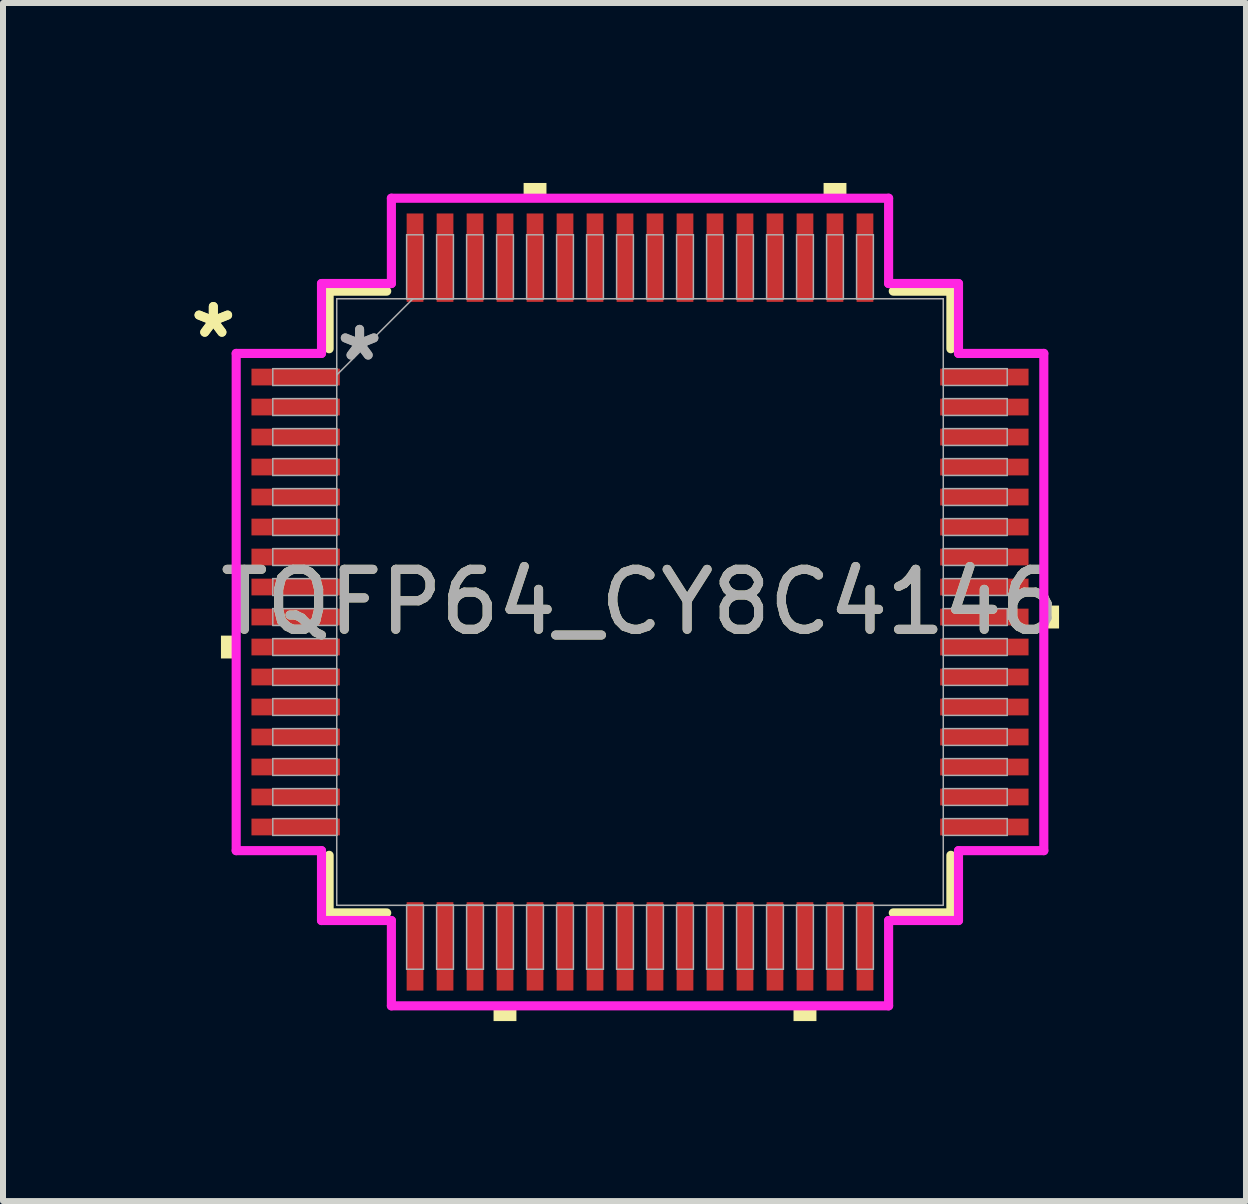
<source format=kicad_pcb>
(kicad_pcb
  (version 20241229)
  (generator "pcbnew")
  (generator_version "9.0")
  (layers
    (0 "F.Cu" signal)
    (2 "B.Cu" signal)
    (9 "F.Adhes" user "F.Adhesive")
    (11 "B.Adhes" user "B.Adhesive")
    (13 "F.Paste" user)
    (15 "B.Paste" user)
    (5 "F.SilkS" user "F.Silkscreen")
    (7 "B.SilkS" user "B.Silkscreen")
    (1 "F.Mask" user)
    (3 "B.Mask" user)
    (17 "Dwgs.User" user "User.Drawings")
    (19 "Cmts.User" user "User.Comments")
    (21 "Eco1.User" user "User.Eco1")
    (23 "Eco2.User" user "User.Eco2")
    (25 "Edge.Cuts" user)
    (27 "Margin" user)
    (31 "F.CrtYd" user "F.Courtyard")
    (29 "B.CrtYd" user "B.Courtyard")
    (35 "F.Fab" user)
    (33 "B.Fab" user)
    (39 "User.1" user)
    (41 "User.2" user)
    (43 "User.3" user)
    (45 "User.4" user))
  (footprint "TQFP64_CY8C4146"
    (layer "F.Cu")
    (at 7.618 6.985)
    (property "Reference" "TQFP64_CY8C4146" (at 0 0 0) (unlocked yes) (layer "F.SilkS") (effects (font (size 1 1) (thickness 0.15))))
    (attr smd)
    (fp_line (start -5.182 -5.182) (end -5.182 -4.222) (stroke (width 0.152) (type solid)) (layer "F.SilkS"))
    (fp_line (start -5.182 4.222) (end -5.182 5.182) (stroke (width 0.152) (type solid)) (layer "F.SilkS"))
    (fp_line (start -5.182 5.182) (end -4.222 5.182) (stroke (width 0.152) (type solid)) (layer "F.SilkS"))
    (fp_line (start -4.222 -5.182) (end -5.182 -5.182) (stroke (width 0.152) (type solid)) (layer "F.SilkS"))
    (fp_line (start 4.222 5.182) (end 5.182 5.182) (stroke (width 0.152) (type solid)) (layer "F.SilkS"))
    (fp_line (start 5.182 -5.182) (end 4.222 -5.182) (stroke (width 0.152) (type solid)) (layer "F.SilkS"))
    (fp_line (start 5.182 -4.222) (end 5.182 -5.182) (stroke (width 0.152) (type solid)) (layer "F.SilkS"))
    (fp_line (start 5.182 5.182) (end 5.182 4.222) (stroke (width 0.152) (type solid)) (layer "F.SilkS"))
    (fp_poly (pts (xy -6.985 0.56) (xy -6.985 0.941) (xy -6.731 0.941) (xy -6.731 0.56)) (stroke (width 0) (type solid)) (fill yes) (layer "F.SilkS"))
    (fp_poly (pts (xy -2.441 6.731) (xy -2.441 6.985) (xy -2.06 6.985) (xy -2.06 6.731)) (stroke (width 0) (type solid)) (fill yes) (layer "F.SilkS"))
    (fp_poly (pts (xy -1.94 -6.731) (xy -1.94 -6.985) (xy -1.559 -6.985) (xy -1.559 -6.731)) (stroke (width 0) (type solid)) (fill yes) (layer "F.SilkS"))
    (fp_poly (pts (xy 2.559 6.731) (xy 2.559 6.985) (xy 2.941 6.985) (xy 2.941 6.731)) (stroke (width 0) (type solid)) (fill yes) (layer "F.SilkS"))
    (fp_poly (pts (xy 3.06 -6.731) (xy 3.06 -6.985) (xy 3.441 -6.985) (xy 3.441 -6.731)) (stroke (width 0) (type solid)) (fill yes) (layer "F.SilkS"))
    (fp_poly (pts (xy 6.985 0.059) (xy 6.985 0.441) (xy 6.731 0.441) (xy 6.731 0.059)) (stroke (width 0) (type solid)) (fill yes) (layer "F.SilkS"))
    (fp_line (start -6.731 -4.144) (end -5.309 -4.144) (stroke (width 0.152) (type solid)) (layer "F.CrtYd"))
    (fp_line (start -6.731 4.144) (end -6.731 -4.144) (stroke (width 0.152) (type solid)) (layer "F.CrtYd"))
    (fp_line (start -5.309 -5.309) (end -4.144 -5.309) (stroke (width 0.152) (type solid)) (layer "F.CrtYd"))
    (fp_line (start -5.309 -4.144) (end -5.309 -5.309) (stroke (width 0.152) (type solid)) (layer "F.CrtYd"))
    (fp_line (start -5.309 4.144) (end -6.731 4.144) (stroke (width 0.152) (type solid)) (layer "F.CrtYd"))
    (fp_line (start -5.309 5.309) (end -5.309 4.144) (stroke (width 0.152) (type solid)) (layer "F.CrtYd"))
    (fp_line (start -5.309 5.309) (end -4.144 5.309) (stroke (width 0.152) (type solid)) (layer "F.CrtYd"))
    (fp_line (start -4.144 -6.731) (end 4.144 -6.731) (stroke (width 0.152) (type solid)) (layer "F.CrtYd"))
    (fp_line (start -4.144 -5.309) (end -4.144 -6.731) (stroke (width 0.152) (type solid)) (layer "F.CrtYd"))
    (fp_line (start -4.144 5.309) (end -4.144 6.731) (stroke (width 0.152) (type solid)) (layer "F.CrtYd"))
    (fp_line (start -4.144 6.731) (end 4.144 6.731) (stroke (width 0.152) (type solid)) (layer "F.CrtYd"))
    (fp_line (start 4.144 -6.731) (end 4.144 -5.309) (stroke (width 0.152) (type solid)) (layer "F.CrtYd"))
    (fp_line (start 4.144 -5.309) (end 5.309 -5.309) (stroke (width 0.152) (type solid)) (layer "F.CrtYd"))
    (fp_line (start 4.144 5.309) (end 5.309 5.309) (stroke (width 0.152) (type solid)) (layer "F.CrtYd"))
    (fp_line (start 4.144 6.731) (end 4.144 5.309) (stroke (width 0.152) (type solid)) (layer "F.CrtYd"))
    (fp_line (start 5.309 -4.144) (end 5.309 -5.309) (stroke (width 0.152) (type solid)) (layer "F.CrtYd"))
    (fp_line (start 5.309 4.144) (end 6.731 4.144) (stroke (width 0.152) (type solid)) (layer "F.CrtYd"))
    (fp_line (start 5.309 5.309) (end 5.309 4.144) (stroke (width 0.152) (type solid)) (layer "F.CrtYd"))
    (fp_line (start 6.731 -4.144) (end 5.309 -4.144) (stroke (width 0.152) (type solid)) (layer "F.CrtYd"))
    (fp_line (start 6.731 4.144) (end 6.731 -4.144) (stroke (width 0.152) (type solid)) (layer "F.CrtYd"))
    (fp_line (start -6.121 -3.89) (end -6.121 -3.61) (stroke (width 0.025) (type solid)) (layer "F.Fab"))
    (fp_line (start -6.121 -3.61) (end -5.055 -3.61) (stroke (width 0.025) (type solid)) (layer "F.Fab"))
    (fp_line (start -6.121 -3.39) (end -6.121 -3.11) (stroke (width 0.025) (type solid)) (layer "F.Fab"))
    (fp_line (start -6.121 -3.11) (end -5.055 -3.11) (stroke (width 0.025) (type solid)) (layer "F.Fab"))
    (fp_line (start -6.121 -2.89) (end -6.121 -2.61) (stroke (width 0.025) (type solid)) (layer "F.Fab"))
    (fp_line (start -6.121 -2.61) (end -5.055 -2.61) (stroke (width 0.025) (type solid)) (layer "F.Fab"))
    (fp_line (start -6.121 -2.39) (end -6.121 -2.11) (stroke (width 0.025) (type solid)) (layer "F.Fab"))
    (fp_line (start -6.121 -2.11) (end -5.055 -2.11) (stroke (width 0.025) (type solid)) (layer "F.Fab"))
    (fp_line (start -6.121 -1.89) (end -6.121 -1.61) (stroke (width 0.025) (type solid)) (layer "F.Fab"))
    (fp_line (start -6.121 -1.61) (end -5.055 -1.61) (stroke (width 0.025) (type solid)) (layer "F.Fab"))
    (fp_line (start -6.121 -1.39) (end -6.121 -1.11) (stroke (width 0.025) (type solid)) (layer "F.Fab"))
    (fp_line (start -6.121 -1.11) (end -5.055 -1.11) (stroke (width 0.025) (type solid)) (layer "F.Fab"))
    (fp_line (start -6.121 -0.89) (end -6.121 -0.61) (stroke (width 0.025) (type solid)) (layer "F.Fab"))
    (fp_line (start -6.121 -0.61) (end -5.055 -0.61) (stroke (width 0.025) (type solid)) (layer "F.Fab"))
    (fp_line (start -6.121 -0.39) (end -6.121 -0.11) (stroke (width 0.025) (type solid)) (layer "F.Fab"))
    (fp_line (start -6.121 -0.11) (end -5.055 -0.11) (stroke (width 0.025) (type solid)) (layer "F.Fab"))
    (fp_line (start -6.121 0.11) (end -6.121 0.39) (stroke (width 0.025) (type solid)) (layer "F.Fab"))
    (fp_line (start -6.121 0.39) (end -5.055 0.39) (stroke (width 0.025) (type solid)) (layer "F.Fab"))
    (fp_line (start -6.121 0.61) (end -6.121 0.89) (stroke (width 0.025) (type solid)) (layer "F.Fab"))
    (fp_line (start -6.121 0.89) (end -5.055 0.89) (stroke (width 0.025) (type solid)) (layer "F.Fab"))
    (fp_line (start -6.121 1.11) (end -6.121 1.39) (stroke (width 0.025) (type solid)) (layer "F.Fab"))
    (fp_line (start -6.121 1.39) (end -5.055 1.39) (stroke (width 0.025) (type solid)) (layer "F.Fab"))
    (fp_line (start -6.121 1.61) (end -6.121 1.89) (stroke (width 0.025) (type solid)) (layer "F.Fab"))
    (fp_line (start -6.121 1.89) (end -5.055 1.89) (stroke (width 0.025) (type solid)) (layer "F.Fab"))
    (fp_line (start -6.121 2.11) (end -6.121 2.39) (stroke (width 0.025) (type solid)) (layer "F.Fab"))
    (fp_line (start -6.121 2.39) (end -5.055 2.39) (stroke (width 0.025) (type solid)) (layer "F.Fab"))
    (fp_line (start -6.121 2.61) (end -6.121 2.89) (stroke (width 0.025) (type solid)) (layer "F.Fab"))
    (fp_line (start -6.121 2.89) (end -5.055 2.89) (stroke (width 0.025) (type solid)) (layer "F.Fab"))
    (fp_line (start -6.121 3.11) (end -6.121 3.39) (stroke (width 0.025) (type solid)) (layer "F.Fab"))
    (fp_line (start -6.121 3.39) (end -5.055 3.39) (stroke (width 0.025) (type solid)) (layer "F.Fab"))
    (fp_line (start -6.121 3.61) (end -6.121 3.89) (stroke (width 0.025) (type solid)) (layer "F.Fab"))
    (fp_line (start -6.121 3.89) (end -5.055 3.89) (stroke (width 0.025) (type solid)) (layer "F.Fab"))
    (fp_line (start -5.055 -5.055) (end -5.055 -5.055) (stroke (width 0.025) (type solid)) (layer "F.Fab"))
    (fp_line (start -5.055 -5.055) (end -5.055 5.055) (stroke (width 0.025) (type solid)) (layer "F.Fab"))
    (fp_line (start -5.055 -3.89) (end -6.121 -3.89) (stroke (width 0.025) (type solid)) (layer "F.Fab"))
    (fp_line (start -5.055 -3.785) (end -3.785 -5.055) (stroke (width 0.025) (type solid)) (layer "F.Fab"))
    (fp_line (start -5.055 -3.61) (end -5.055 -3.89) (stroke (width 0.025) (type solid)) (layer "F.Fab"))
    (fp_line (start -5.055 -3.39) (end -6.121 -3.39) (stroke (width 0.025) (type solid)) (layer "F.Fab"))
    (fp_line (start -5.055 -3.11) (end -5.055 -3.39) (stroke (width 0.025) (type solid)) (layer "F.Fab"))
    (fp_line (start -5.055 -2.89) (end -6.121 -2.89) (stroke (width 0.025) (type solid)) (layer "F.Fab"))
    (fp_line (start -5.055 -2.61) (end -5.055 -2.89) (stroke (width 0.025) (type solid)) (layer "F.Fab"))
    (fp_line (start -5.055 -2.39) (end -6.121 -2.39) (stroke (width 0.025) (type solid)) (layer "F.Fab"))
    (fp_line (start -5.055 -2.11) (end -5.055 -2.39) (stroke (width 0.025) (type solid)) (layer "F.Fab"))
    (fp_line (start -5.055 -1.89) (end -6.121 -1.89) (stroke (width 0.025) (type solid)) (layer "F.Fab"))
    (fp_line (start -5.055 -1.61) (end -5.055 -1.89) (stroke (width 0.025) (type solid)) (layer "F.Fab"))
    (fp_line (start -5.055 -1.39) (end -6.121 -1.39) (stroke (width 0.025) (type solid)) (layer "F.Fab"))
    (fp_line (start -5.055 -1.11) (end -5.055 -1.39) (stroke (width 0.025) (type solid)) (layer "F.Fab"))
    (fp_line (start -5.055 -0.89) (end -6.121 -0.89) (stroke (width 0.025) (type solid)) (layer "F.Fab"))
    (fp_line (start -5.055 -0.61) (end -5.055 -0.89) (stroke (width 0.025) (type solid)) (layer "F.Fab"))
    (fp_line (start -5.055 -0.39) (end -6.121 -0.39) (stroke (width 0.025) (type solid)) (layer "F.Fab"))
    (fp_line (start -5.055 -0.11) (end -5.055 -0.39) (stroke (width 0.025) (type solid)) (layer "F.Fab"))
    (fp_line (start -5.055 0.11) (end -6.121 0.11) (stroke (width 0.025) (type solid)) (layer "F.Fab"))
    (fp_line (start -5.055 0.39) (end -5.055 0.11) (stroke (width 0.025) (type solid)) (layer "F.Fab"))
    (fp_line (start -5.055 0.61) (end -6.121 0.61) (stroke (width 0.025) (type solid)) (layer "F.Fab"))
    (fp_line (start -5.055 0.89) (end -5.055 0.61) (stroke (width 0.025) (type solid)) (layer "F.Fab"))
    (fp_line (start -5.055 1.11) (end -6.121 1.11) (stroke (width 0.025) (type solid)) (layer "F.Fab"))
    (fp_line (start -5.055 1.39) (end -5.055 1.11) (stroke (width 0.025) (type solid)) (layer "F.Fab"))
    (fp_line (start -5.055 1.61) (end -6.121 1.61) (stroke (width 0.025) (type solid)) (layer "F.Fab"))
    (fp_line (start -5.055 1.89) (end -5.055 1.61) (stroke (width 0.025) (type solid)) (layer "F.Fab"))
    (fp_line (start -5.055 2.11) (end -6.121 2.11) (stroke (width 0.025) (type solid)) (layer "F.Fab"))
    (fp_line (start -5.055 2.39) (end -5.055 2.11) (stroke (width 0.025) (type solid)) (layer "F.Fab"))
    (fp_line (start -5.055 2.61) (end -6.121 2.61) (stroke (width 0.025) (type solid)) (layer "F.Fab"))
    (fp_line (start -5.055 2.89) (end -5.055 2.61) (stroke (width 0.025) (type solid)) (layer "F.Fab"))
    (fp_line (start -5.055 3.11) (end -6.121 3.11) (stroke (width 0.025) (type solid)) (layer "F.Fab"))
    (fp_line (start -5.055 3.39) (end -5.055 3.11) (stroke (width 0.025) (type solid)) (layer "F.Fab"))
    (fp_line (start -5.055 3.61) (end -6.121 3.61) (stroke (width 0.025) (type solid)) (layer "F.Fab"))
    (fp_line (start -5.055 3.89) (end -5.055 3.61) (stroke (width 0.025) (type solid)) (layer "F.Fab"))
    (fp_line (start -5.055 5.055) (end -5.055 5.055) (stroke (width 0.025) (type solid)) (layer "F.Fab"))
    (fp_line (start -5.055 5.055) (end 5.055 5.055) (stroke (width 0.025) (type solid)) (layer "F.Fab"))
    (fp_line (start -3.89 -6.121) (end -3.89 -5.055) (stroke (width 0.025) (type solid)) (layer "F.Fab"))
    (fp_line (start -3.89 -5.055) (end -3.61 -5.055) (stroke (width 0.025) (type solid)) (layer "F.Fab"))
    (fp_line (start -3.89 5.055) (end -3.89 6.121) (stroke (width 0.025) (type solid)) (layer "F.Fab"))
    (fp_line (start -3.89 6.121) (end -3.61 6.121) (stroke (width 0.025) (type solid)) (layer "F.Fab"))
    (fp_line (start -3.61 -6.121) (end -3.89 -6.121) (stroke (width 0.025) (type solid)) (layer "F.Fab"))
    (fp_line (start -3.61 -5.055) (end -3.61 -6.121) (stroke (width 0.025) (type solid)) (layer "F.Fab"))
    (fp_line (start -3.61 5.055) (end -3.89 5.055) (stroke (width 0.025) (type solid)) (layer "F.Fab"))
    (fp_line (start -3.61 6.121) (end -3.61 5.055) (stroke (width 0.025) (type solid)) (layer "F.Fab"))
    (fp_line (start -3.39 -6.121) (end -3.39 -5.055) (stroke (width 0.025) (type solid)) (layer "F.Fab"))
    (fp_line (start -3.39 -5.055) (end -3.11 -5.055) (stroke (width 0.025) (type solid)) (layer "F.Fab"))
    (fp_line (start -3.39 5.055) (end -3.39 6.121) (stroke (width 0.025) (type solid)) (layer "F.Fab"))
    (fp_line (start -3.39 6.121) (end -3.11 6.121) (stroke (width 0.025) (type solid)) (layer "F.Fab"))
    (fp_line (start -3.11 -6.121) (end -3.39 -6.121) (stroke (width 0.025) (type solid)) (layer "F.Fab"))
    (fp_line (start -3.11 -5.055) (end -3.11 -6.121) (stroke (width 0.025) (type solid)) (layer "F.Fab"))
    (fp_line (start -3.11 5.055) (end -3.39 5.055) (stroke (width 0.025) (type solid)) (layer "F.Fab"))
    (fp_line (start -3.11 6.121) (end -3.11 5.055) (stroke (width 0.025) (type solid)) (layer "F.Fab"))
    (fp_line (start -2.89 -6.121) (end -2.89 -5.055) (stroke (width 0.025) (type solid)) (layer "F.Fab"))
    (fp_line (start -2.89 -5.055) (end -2.61 -5.055) (stroke (width 0.025) (type solid)) (layer "F.Fab"))
    (fp_line (start -2.89 5.055) (end -2.89 6.121) (stroke (width 0.025) (type solid)) (layer "F.Fab"))
    (fp_line (start -2.89 6.121) (end -2.61 6.121) (stroke (width 0.025) (type solid)) (layer "F.Fab"))
    (fp_line (start -2.61 -6.121) (end -2.89 -6.121) (stroke (width 0.025) (type solid)) (layer "F.Fab"))
    (fp_line (start -2.61 -5.055) (end -2.61 -6.121) (stroke (width 0.025) (type solid)) (layer "F.Fab"))
    (fp_line (start -2.61 5.055) (end -2.89 5.055) (stroke (width 0.025) (type solid)) (layer "F.Fab"))
    (fp_line (start -2.61 6.121) (end -2.61 5.055) (stroke (width 0.025) (type solid)) (layer "F.Fab"))
    (fp_line (start -2.39 -6.121) (end -2.39 -5.055) (stroke (width 0.025) (type solid)) (layer "F.Fab"))
    (fp_line (start -2.39 -5.055) (end -2.11 -5.055) (stroke (width 0.025) (type solid)) (layer "F.Fab"))
    (fp_line (start -2.39 5.055) (end -2.39 6.121) (stroke (width 0.025) (type solid)) (layer "F.Fab"))
    (fp_line (start -2.39 6.121) (end -2.11 6.121) (stroke (width 0.025) (type solid)) (layer "F.Fab"))
    (fp_line (start -2.11 -6.121) (end -2.39 -6.121) (stroke (width 0.025) (type solid)) (layer "F.Fab"))
    (fp_line (start -2.11 -5.055) (end -2.11 -6.121) (stroke (width 0.025) (type solid)) (layer "F.Fab"))
    (fp_line (start -2.11 5.055) (end -2.39 5.055) (stroke (width 0.025) (type solid)) (layer "F.Fab"))
    (fp_line (start -2.11 6.121) (end -2.11 5.055) (stroke (width 0.025) (type solid)) (layer "F.Fab"))
    (fp_line (start -1.89 -6.121) (end -1.89 -5.055) (stroke (width 0.025) (type solid)) (layer "F.Fab"))
    (fp_line (start -1.89 -5.055) (end -1.61 -5.055) (stroke (width 0.025) (type solid)) (layer "F.Fab"))
    (fp_line (start -1.89 5.055) (end -1.89 6.121) (stroke (width 0.025) (type solid)) (layer "F.Fab"))
    (fp_line (start -1.89 6.121) (end -1.61 6.121) (stroke (width 0.025) (type solid)) (layer "F.Fab"))
    (fp_line (start -1.61 -6.121) (end -1.89 -6.121) (stroke (width 0.025) (type solid)) (layer "F.Fab"))
    (fp_line (start -1.61 -5.055) (end -1.61 -6.121) (stroke (width 0.025) (type solid)) (layer "F.Fab"))
    (fp_line (start -1.61 5.055) (end -1.89 5.055) (stroke (width 0.025) (type solid)) (layer "F.Fab"))
    (fp_line (start -1.61 6.121) (end -1.61 5.055) (stroke (width 0.025) (type solid)) (layer "F.Fab"))
    (fp_line (start -1.39 -6.121) (end -1.39 -5.055) (stroke (width 0.025) (type solid)) (layer "F.Fab"))
    (fp_line (start -1.39 -5.055) (end -1.11 -5.055) (stroke (width 0.025) (type solid)) (layer "F.Fab"))
    (fp_line (start -1.39 5.055) (end -1.39 6.121) (stroke (width 0.025) (type solid)) (layer "F.Fab"))
    (fp_line (start -1.39 6.121) (end -1.11 6.121) (stroke (width 0.025) (type solid)) (layer "F.Fab"))
    (fp_line (start -1.11 -6.121) (end -1.39 -6.121) (stroke (width 0.025) (type solid)) (layer "F.Fab"))
    (fp_line (start -1.11 -5.055) (end -1.11 -6.121) (stroke (width 0.025) (type solid)) (layer "F.Fab"))
    (fp_line (start -1.11 5.055) (end -1.39 5.055) (stroke (width 0.025) (type solid)) (layer "F.Fab"))
    (fp_line (start -1.11 6.121) (end -1.11 5.055) (stroke (width 0.025) (type solid)) (layer "F.Fab"))
    (fp_line (start -0.89 -6.121) (end -0.89 -5.055) (stroke (width 0.025) (type solid)) (layer "F.Fab"))
    (fp_line (start -0.89 -5.055) (end -0.61 -5.055) (stroke (width 0.025) (type solid)) (layer "F.Fab"))
    (fp_line (start -0.89 5.055) (end -0.89 6.121) (stroke (width 0.025) (type solid)) (layer "F.Fab"))
    (fp_line (start -0.89 6.121) (end -0.61 6.121) (stroke (width 0.025) (type solid)) (layer "F.Fab"))
    (fp_line (start -0.61 -6.121) (end -0.89 -6.121) (stroke (width 0.025) (type solid)) (layer "F.Fab"))
    (fp_line (start -0.61 -5.055) (end -0.61 -6.121) (stroke (width 0.025) (type solid)) (layer "F.Fab"))
    (fp_line (start -0.61 5.055) (end -0.89 5.055) (stroke (width 0.025) (type solid)) (layer "F.Fab"))
    (fp_line (start -0.61 6.121) (end -0.61 5.055) (stroke (width 0.025) (type solid)) (layer "F.Fab"))
    (fp_line (start -0.39 -6.121) (end -0.39 -5.055) (stroke (width 0.025) (type solid)) (layer "F.Fab"))
    (fp_line (start -0.39 -5.055) (end -0.11 -5.055) (stroke (width 0.025) (type solid)) (layer "F.Fab"))
    (fp_line (start -0.39 5.055) (end -0.39 6.121) (stroke (width 0.025) (type solid)) (layer "F.Fab"))
    (fp_line (start -0.39 6.121) (end -0.11 6.121) (stroke (width 0.025) (type solid)) (layer "F.Fab"))
    (fp_line (start -0.11 -6.121) (end -0.39 -6.121) (stroke (width 0.025) (type solid)) (layer "F.Fab"))
    (fp_line (start -0.11 -5.055) (end -0.11 -6.121) (stroke (width 0.025) (type solid)) (layer "F.Fab"))
    (fp_line (start -0.11 5.055) (end -0.39 5.055) (stroke (width 0.025) (type solid)) (layer "F.Fab"))
    (fp_line (start -0.11 6.121) (end -0.11 5.055) (stroke (width 0.025) (type solid)) (layer "F.Fab"))
    (fp_line (start 0.11 -6.121) (end 0.11 -5.055) (stroke (width 0.025) (type solid)) (layer "F.Fab"))
    (fp_line (start 0.11 -5.055) (end 0.39 -5.055) (stroke (width 0.025) (type solid)) (layer "F.Fab"))
    (fp_line (start 0.11 5.055) (end 0.11 6.121) (stroke (width 0.025) (type solid)) (layer "F.Fab"))
    (fp_line (start 0.11 6.121) (end 0.39 6.121) (stroke (width 0.025) (type solid)) (layer "F.Fab"))
    (fp_line (start 0.39 -6.121) (end 0.11 -6.121) (stroke (width 0.025) (type solid)) (layer "F.Fab"))
    (fp_line (start 0.39 -5.055) (end 0.39 -6.121) (stroke (width 0.025) (type solid)) (layer "F.Fab"))
    (fp_line (start 0.39 5.055) (end 0.11 5.055) (stroke (width 0.025) (type solid)) (layer "F.Fab"))
    (fp_line (start 0.39 6.121) (end 0.39 5.055) (stroke (width 0.025) (type solid)) (layer "F.Fab"))
    (fp_line (start 0.61 -6.121) (end 0.61 -5.055) (stroke (width 0.025) (type solid)) (layer "F.Fab"))
    (fp_line (start 0.61 -5.055) (end 0.89 -5.055) (stroke (width 0.025) (type solid)) (layer "F.Fab"))
    (fp_line (start 0.61 5.055) (end 0.61 6.121) (stroke (width 0.025) (type solid)) (layer "F.Fab"))
    (fp_line (start 0.61 6.121) (end 0.89 6.121) (stroke (width 0.025) (type solid)) (layer "F.Fab"))
    (fp_line (start 0.89 -6.121) (end 0.61 -6.121) (stroke (width 0.025) (type solid)) (layer "F.Fab"))
    (fp_line (start 0.89 -5.055) (end 0.89 -6.121) (stroke (width 0.025) (type solid)) (layer "F.Fab"))
    (fp_line (start 0.89 5.055) (end 0.61 5.055) (stroke (width 0.025) (type solid)) (layer "F.Fab"))
    (fp_line (start 0.89 6.121) (end 0.89 5.055) (stroke (width 0.025) (type solid)) (layer "F.Fab"))
    (fp_line (start 1.11 -6.121) (end 1.11 -5.055) (stroke (width 0.025) (type solid)) (layer "F.Fab"))
    (fp_line (start 1.11 -5.055) (end 1.39 -5.055) (stroke (width 0.025) (type solid)) (layer "F.Fab"))
    (fp_line (start 1.11 5.055) (end 1.11 6.121) (stroke (width 0.025) (type solid)) (layer "F.Fab"))
    (fp_line (start 1.11 6.121) (end 1.39 6.121) (stroke (width 0.025) (type solid)) (layer "F.Fab"))
    (fp_line (start 1.39 -6.121) (end 1.11 -6.121) (stroke (width 0.025) (type solid)) (layer "F.Fab"))
    (fp_line (start 1.39 -5.055) (end 1.39 -6.121) (stroke (width 0.025) (type solid)) (layer "F.Fab"))
    (fp_line (start 1.39 5.055) (end 1.11 5.055) (stroke (width 0.025) (type solid)) (layer "F.Fab"))
    (fp_line (start 1.39 6.121) (end 1.39 5.055) (stroke (width 0.025) (type solid)) (layer "F.Fab"))
    (fp_line (start 1.61 -6.121) (end 1.61 -5.055) (stroke (width 0.025) (type solid)) (layer "F.Fab"))
    (fp_line (start 1.61 -5.055) (end 1.89 -5.055) (stroke (width 0.025) (type solid)) (layer "F.Fab"))
    (fp_line (start 1.61 5.055) (end 1.61 6.121) (stroke (width 0.025) (type solid)) (layer "F.Fab"))
    (fp_line (start 1.61 6.121) (end 1.89 6.121) (stroke (width 0.025) (type solid)) (layer "F.Fab"))
    (fp_line (start 1.89 -6.121) (end 1.61 -6.121) (stroke (width 0.025) (type solid)) (layer "F.Fab"))
    (fp_line (start 1.89 -5.055) (end 1.89 -6.121) (stroke (width 0.025) (type solid)) (layer "F.Fab"))
    (fp_line (start 1.89 5.055) (end 1.61 5.055) (stroke (width 0.025) (type solid)) (layer "F.Fab"))
    (fp_line (start 1.89 6.121) (end 1.89 5.055) (stroke (width 0.025) (type solid)) (layer "F.Fab"))
    (fp_line (start 2.11 -6.121) (end 2.11 -5.055) (stroke (width 0.025) (type solid)) (layer "F.Fab"))
    (fp_line (start 2.11 -5.055) (end 2.39 -5.055) (stroke (width 0.025) (type solid)) (layer "F.Fab"))
    (fp_line (start 2.11 5.055) (end 2.11 6.121) (stroke (width 0.025) (type solid)) (layer "F.Fab"))
    (fp_line (start 2.11 6.121) (end 2.39 6.121) (stroke (width 0.025) (type solid)) (layer "F.Fab"))
    (fp_line (start 2.39 -6.121) (end 2.11 -6.121) (stroke (width 0.025) (type solid)) (layer "F.Fab"))
    (fp_line (start 2.39 -5.055) (end 2.39 -6.121) (stroke (width 0.025) (type solid)) (layer "F.Fab"))
    (fp_line (start 2.39 5.055) (end 2.11 5.055) (stroke (width 0.025) (type solid)) (layer "F.Fab"))
    (fp_line (start 2.39 6.121) (end 2.39 5.055) (stroke (width 0.025) (type solid)) (layer "F.Fab"))
    (fp_line (start 2.61 -6.121) (end 2.61 -5.055) (stroke (width 0.025) (type solid)) (layer "F.Fab"))
    (fp_line (start 2.61 -5.055) (end 2.89 -5.055) (stroke (width 0.025) (type solid)) (layer "F.Fab"))
    (fp_line (start 2.61 5.055) (end 2.61 6.121) (stroke (width 0.025) (type solid)) (layer "F.Fab"))
    (fp_line (start 2.61 6.121) (end 2.89 6.121) (stroke (width 0.025) (type solid)) (layer "F.Fab"))
    (fp_line (start 2.89 -6.121) (end 2.61 -6.121) (stroke (width 0.025) (type solid)) (layer "F.Fab"))
    (fp_line (start 2.89 -5.055) (end 2.89 -6.121) (stroke (width 0.025) (type solid)) (layer "F.Fab"))
    (fp_line (start 2.89 5.055) (end 2.61 5.055) (stroke (width 0.025) (type solid)) (layer "F.Fab"))
    (fp_line (start 2.89 6.121) (end 2.89 5.055) (stroke (width 0.025) (type solid)) (layer "F.Fab"))
    (fp_line (start 3.11 -6.121) (end 3.11 -5.055) (stroke (width 0.025) (type solid)) (layer "F.Fab"))
    (fp_line (start 3.11 -5.055) (end 3.39 -5.055) (stroke (width 0.025) (type solid)) (layer "F.Fab"))
    (fp_line (start 3.11 5.055) (end 3.11 6.121) (stroke (width 0.025) (type solid)) (layer "F.Fab"))
    (fp_line (start 3.11 6.121) (end 3.39 6.121) (stroke (width 0.025) (type solid)) (layer "F.Fab"))
    (fp_line (start 3.39 -6.121) (end 3.11 -6.121) (stroke (width 0.025) (type solid)) (layer "F.Fab"))
    (fp_line (start 3.39 -5.055) (end 3.39 -6.121) (stroke (width 0.025) (type solid)) (layer "F.Fab"))
    (fp_line (start 3.39 5.055) (end 3.11 5.055) (stroke (width 0.025) (type solid)) (layer "F.Fab"))
    (fp_line (start 3.39 6.121) (end 3.39 5.055) (stroke (width 0.025) (type solid)) (layer "F.Fab"))
    (fp_line (start 3.61 -6.121) (end 3.61 -5.055) (stroke (width 0.025) (type solid)) (layer "F.Fab"))
    (fp_line (start 3.61 -5.055) (end 3.89 -5.055) (stroke (width 0.025) (type solid)) (layer "F.Fab"))
    (fp_line (start 3.61 5.055) (end 3.61 6.121) (stroke (width 0.025) (type solid)) (layer "F.Fab"))
    (fp_line (start 3.61 6.121) (end 3.89 6.121) (stroke (width 0.025) (type solid)) (layer "F.Fab"))
    (fp_line (start 3.89 -6.121) (end 3.61 -6.121) (stroke (width 0.025) (type solid)) (layer "F.Fab"))
    (fp_line (start 3.89 -5.055) (end 3.89 -6.121) (stroke (width 0.025) (type solid)) (layer "F.Fab"))
    (fp_line (start 3.89 5.055) (end 3.61 5.055) (stroke (width 0.025) (type solid)) (layer "F.Fab"))
    (fp_line (start 3.89 6.121) (end 3.89 5.055) (stroke (width 0.025) (type solid)) (layer "F.Fab"))
    (fp_line (start 5.055 -5.055) (end -5.055 -5.055) (stroke (width 0.025) (type solid)) (layer "F.Fab"))
    (fp_line (start 5.055 -5.055) (end 5.055 -5.055) (stroke (width 0.025) (type solid)) (layer "F.Fab"))
    (fp_line (start 5.055 -3.89) (end 5.055 -3.61) (stroke (width 0.025) (type solid)) (layer "F.Fab"))
    (fp_line (start 5.055 -3.61) (end 6.121 -3.61) (stroke (width 0.025) (type solid)) (layer "F.Fab"))
    (fp_line (start 5.055 -3.39) (end 5.055 -3.11) (stroke (width 0.025) (type solid)) (layer "F.Fab"))
    (fp_line (start 5.055 -3.11) (end 6.121 -3.11) (stroke (width 0.025) (type solid)) (layer "F.Fab"))
    (fp_line (start 5.055 -2.89) (end 5.055 -2.61) (stroke (width 0.025) (type solid)) (layer "F.Fab"))
    (fp_line (start 5.055 -2.61) (end 6.121 -2.61) (stroke (width 0.025) (type solid)) (layer "F.Fab"))
    (fp_line (start 5.055 -2.39) (end 5.055 -2.11) (stroke (width 0.025) (type solid)) (layer "F.Fab"))
    (fp_line (start 5.055 -2.11) (end 6.121 -2.11) (stroke (width 0.025) (type solid)) (layer "F.Fab"))
    (fp_line (start 5.055 -1.89) (end 5.055 -1.61) (stroke (width 0.025) (type solid)) (layer "F.Fab"))
    (fp_line (start 5.055 -1.61) (end 6.121 -1.61) (stroke (width 0.025) (type solid)) (layer "F.Fab"))
    (fp_line (start 5.055 -1.39) (end 5.055 -1.11) (stroke (width 0.025) (type solid)) (layer "F.Fab"))
    (fp_line (start 5.055 -1.11) (end 6.121 -1.11) (stroke (width 0.025) (type solid)) (layer "F.Fab"))
    (fp_line (start 5.055 -0.89) (end 5.055 -0.61) (stroke (width 0.025) (type solid)) (layer "F.Fab"))
    (fp_line (start 5.055 -0.61) (end 6.121 -0.61) (stroke (width 0.025) (type solid)) (layer "F.Fab"))
    (fp_line (start 5.055 -0.39) (end 5.055 -0.11) (stroke (width 0.025) (type solid)) (layer "F.Fab"))
    (fp_line (start 5.055 -0.11) (end 6.121 -0.11) (stroke (width 0.025) (type solid)) (layer "F.Fab"))
    (fp_line (start 5.055 0.11) (end 5.055 0.39) (stroke (width 0.025) (type solid)) (layer "F.Fab"))
    (fp_line (start 5.055 0.39) (end 6.121 0.39) (stroke (width 0.025) (type solid)) (layer "F.Fab"))
    (fp_line (start 5.055 0.61) (end 5.055 0.89) (stroke (width 0.025) (type solid)) (layer "F.Fab"))
    (fp_line (start 5.055 0.89) (end 6.121 0.89) (stroke (width 0.025) (type solid)) (layer "F.Fab"))
    (fp_line (start 5.055 1.11) (end 5.055 1.39) (stroke (width 0.025) (type solid)) (layer "F.Fab"))
    (fp_line (start 5.055 1.39) (end 6.121 1.39) (stroke (width 0.025) (type solid)) (layer "F.Fab"))
    (fp_line (start 5.055 1.61) (end 5.055 1.89) (stroke (width 0.025) (type solid)) (layer "F.Fab"))
    (fp_line (start 5.055 1.89) (end 6.121 1.89) (stroke (width 0.025) (type solid)) (layer "F.Fab"))
    (fp_line (start 5.055 2.11) (end 5.055 2.39) (stroke (width 0.025) (type solid)) (layer "F.Fab"))
    (fp_line (start 5.055 2.39) (end 6.121 2.39) (stroke (width 0.025) (type solid)) (layer "F.Fab"))
    (fp_line (start 5.055 2.61) (end 5.055 2.89) (stroke (width 0.025) (type solid)) (layer "F.Fab"))
    (fp_line (start 5.055 2.89) (end 6.121 2.89) (stroke (width 0.025) (type solid)) (layer "F.Fab"))
    (fp_line (start 5.055 3.11) (end 5.055 3.39) (stroke (width 0.025) (type solid)) (layer "F.Fab"))
    (fp_line (start 5.055 3.39) (end 6.121 3.39) (stroke (width 0.025) (type solid)) (layer "F.Fab"))
    (fp_line (start 5.055 3.61) (end 5.055 3.89) (stroke (width 0.025) (type solid)) (layer "F.Fab"))
    (fp_line (start 5.055 3.89) (end 6.121 3.89) (stroke (width 0.025) (type solid)) (layer "F.Fab"))
    (fp_line (start 5.055 5.055) (end 5.055 -5.055) (stroke (width 0.025) (type solid)) (layer "F.Fab"))
    (fp_line (start 5.055 5.055) (end 5.055 5.055) (stroke (width 0.025) (type solid)) (layer "F.Fab"))
    (fp_line (start 6.121 -3.89) (end 5.055 -3.89) (stroke (width 0.025) (type solid)) (layer "F.Fab"))
    (fp_line (start 6.121 -3.61) (end 6.121 -3.89) (stroke (width 0.025) (type solid)) (layer "F.Fab"))
    (fp_line (start 6.121 -3.39) (end 5.055 -3.39) (stroke (width 0.025) (type solid)) (layer "F.Fab"))
    (fp_line (start 6.121 -3.11) (end 6.121 -3.39) (stroke (width 0.025) (type solid)) (layer "F.Fab"))
    (fp_line (start 6.121 -2.89) (end 5.055 -2.89) (stroke (width 0.025) (type solid)) (layer "F.Fab"))
    (fp_line (start 6.121 -2.61) (end 6.121 -2.89) (stroke (width 0.025) (type solid)) (layer "F.Fab"))
    (fp_line (start 6.121 -2.39) (end 5.055 -2.39) (stroke (width 0.025) (type solid)) (layer "F.Fab"))
    (fp_line (start 6.121 -2.11) (end 6.121 -2.39) (stroke (width 0.025) (type solid)) (layer "F.Fab"))
    (fp_line (start 6.121 -1.89) (end 5.055 -1.89) (stroke (width 0.025) (type solid)) (layer "F.Fab"))
    (fp_line (start 6.121 -1.61) (end 6.121 -1.89) (stroke (width 0.025) (type solid)) (layer "F.Fab"))
    (fp_line (start 6.121 -1.39) (end 5.055 -1.39) (stroke (width 0.025) (type solid)) (layer "F.Fab"))
    (fp_line (start 6.121 -1.11) (end 6.121 -1.39) (stroke (width 0.025) (type solid)) (layer "F.Fab"))
    (fp_line (start 6.121 -0.89) (end 5.055 -0.89) (stroke (width 0.025) (type solid)) (layer "F.Fab"))
    (fp_line (start 6.121 -0.61) (end 6.121 -0.89) (stroke (width 0.025) (type solid)) (layer "F.Fab"))
    (fp_line (start 6.121 -0.39) (end 5.055 -0.39) (stroke (width 0.025) (type solid)) (layer "F.Fab"))
    (fp_line (start 6.121 -0.11) (end 6.121 -0.39) (stroke (width 0.025) (type solid)) (layer "F.Fab"))
    (fp_line (start 6.121 0.11) (end 5.055 0.11) (stroke (width 0.025) (type solid)) (layer "F.Fab"))
    (fp_line (start 6.121 0.39) (end 6.121 0.11) (stroke (width 0.025) (type solid)) (layer "F.Fab"))
    (fp_line (start 6.121 0.61) (end 5.055 0.61) (stroke (width 0.025) (type solid)) (layer "F.Fab"))
    (fp_line (start 6.121 0.89) (end 6.121 0.61) (stroke (width 0.025) (type solid)) (layer "F.Fab"))
    (fp_line (start 6.121 1.11) (end 5.055 1.11) (stroke (width 0.025) (type solid)) (layer "F.Fab"))
    (fp_line (start 6.121 1.39) (end 6.121 1.11) (stroke (width 0.025) (type solid)) (layer "F.Fab"))
    (fp_line (start 6.121 1.61) (end 5.055 1.61) (stroke (width 0.025) (type solid)) (layer "F.Fab"))
    (fp_line (start 6.121 1.89) (end 6.121 1.61) (stroke (width 0.025) (type solid)) (layer "F.Fab"))
    (fp_line (start 6.121 2.11) (end 5.055 2.11) (stroke (width 0.025) (type solid)) (layer "F.Fab"))
    (fp_line (start 6.121 2.39) (end 6.121 2.11) (stroke (width 0.025) (type solid)) (layer "F.Fab"))
    (fp_line (start 6.121 2.61) (end 5.055 2.61) (stroke (width 0.025) (type solid)) (layer "F.Fab"))
    (fp_line (start 6.121 2.89) (end 6.121 2.61) (stroke (width 0.025) (type solid)) (layer "F.Fab"))
    (fp_line (start 6.121 3.11) (end 5.055 3.11) (stroke (width 0.025) (type solid)) (layer "F.Fab"))
    (fp_line (start 6.121 3.39) (end 6.121 3.11) (stroke (width 0.025) (type solid)) (layer "F.Fab"))
    (fp_line (start 6.121 3.61) (end 5.055 3.61) (stroke (width 0.025) (type solid)) (layer "F.Fab"))
    (fp_line (start 6.121 3.89) (end 6.121 3.61) (stroke (width 0.025) (type solid)) (layer "F.Fab"))
    (fp_text user "*" (at -7.112 -4.381 0) (unlocked yes) (layer "F.SilkS") (effects (font (size 1 1) (thickness 0.15))))
    (fp_text user "*" (at -7.112 -4.381 0) (layer "F.SilkS") (effects (font (size 1 1) (thickness 0.15))))
    (fp_text user "${REFERENCE}" (at 0 0 0) (unlocked yes) (layer "F.Fab") (effects (font (size 1 1) (thickness 0.15))))
    (fp_text user "*" (at -4.674 -4 0) (unlocked yes) (layer "F.Fab") (effects (font (size 1 1) (thickness 0.15))))
    (fp_text user "*" (at -4.674 -4 0) (layer "F.Fab") (effects (font (size 1 1) (thickness 0.15))))
    (pad "1" smd rect (at -5.74 -3.75 90) (size 0.279 1.473) (layers "F.Cu" "F.Mask" "F.Paste"))
    (pad "2" smd rect (at -5.74 -3.25 90) (size 0.279 1.473) (layers "F.Cu" "F.Mask" "F.Paste"))
    (pad "3" smd rect (at -5.74 -2.75 90) (size 0.279 1.473) (layers "F.Cu" "F.Mask" "F.Paste"))
    (pad "4" smd rect (at -5.74 -2.25 90) (size 0.279 1.473) (layers "F.Cu" "F.Mask" "F.Paste"))
    (pad "5" smd rect (at -5.74 -1.75 90) (size 0.279 1.473) (layers "F.Cu" "F.Mask" "F.Paste"))
    (pad "6" smd rect (at -5.74 -1.25 90) (size 0.279 1.473) (layers "F.Cu" "F.Mask" "F.Paste"))
    (pad "7" smd rect (at -5.74 -0.75 90) (size 0.279 1.473) (layers "F.Cu" "F.Mask" "F.Paste"))
    (pad "8" smd rect (at -5.74 -0.25 90) (size 0.279 1.473) (layers "F.Cu" "F.Mask" "F.Paste"))
    (pad "9" smd rect (at -5.74 0.25 90) (size 0.279 1.473) (layers "F.Cu" "F.Mask" "F.Paste"))
    (pad "10" smd rect (at -5.74 0.75 90) (size 0.279 1.473) (layers "F.Cu" "F.Mask" "F.Paste"))
    (pad "11" smd rect (at -5.74 1.25 90) (size 0.279 1.473) (layers "F.Cu" "F.Mask" "F.Paste"))
    (pad "12" smd rect (at -5.74 1.75 90) (size 0.279 1.473) (layers "F.Cu" "F.Mask" "F.Paste"))
    (pad "13" smd rect (at -5.74 2.25 90) (size 0.279 1.473) (layers "F.Cu" "F.Mask" "F.Paste"))
    (pad "14" smd rect (at -5.74 2.75 90) (size 0.279 1.473) (layers "F.Cu" "F.Mask" "F.Paste"))
    (pad "15" smd rect (at -5.74 3.25 90) (size 0.279 1.473) (layers "F.Cu" "F.Mask" "F.Paste"))
    (pad "16" smd rect (at -5.74 3.75 90) (size 0.279 1.473) (layers "F.Cu" "F.Mask" "F.Paste"))
    (pad "17" smd rect (at -3.75 5.74) (size 0.279 1.473) (layers "F.Cu" "F.Mask" "F.Paste"))
    (pad "18" smd rect (at -3.25 5.74) (size 0.279 1.473) (layers "F.Cu" "F.Mask" "F.Paste"))
    (pad "19" smd rect (at -2.75 5.74) (size 0.279 1.473) (layers "F.Cu" "F.Mask" "F.Paste"))
    (pad "20" smd rect (at -2.25 5.74) (size 0.279 1.473) (layers "F.Cu" "F.Mask" "F.Paste"))
    (pad "21" smd rect (at -1.75 5.74) (size 0.279 1.473) (layers "F.Cu" "F.Mask" "F.Paste"))
    (pad "22" smd rect (at -1.25 5.74) (size 0.279 1.473) (layers "F.Cu" "F.Mask" "F.Paste"))
    (pad "23" smd rect (at -0.75 5.74) (size 0.279 1.473) (layers "F.Cu" "F.Mask" "F.Paste"))
    (pad "24" smd rect (at -0.25 5.74) (size 0.279 1.473) (layers "F.Cu" "F.Mask" "F.Paste"))
    (pad "25" smd rect (at 0.25 5.74) (size 0.279 1.473) (layers "F.Cu" "F.Mask" "F.Paste"))
    (pad "26" smd rect (at 0.75 5.74) (size 0.279 1.473) (layers "F.Cu" "F.Mask" "F.Paste"))
    (pad "27" smd rect (at 1.25 5.74) (size 0.279 1.473) (layers "F.Cu" "F.Mask" "F.Paste"))
    (pad "28" smd rect (at 1.75 5.74) (size 0.279 1.473) (layers "F.Cu" "F.Mask" "F.Paste"))
    (pad "29" smd rect (at 2.25 5.74) (size 0.279 1.473) (layers "F.Cu" "F.Mask" "F.Paste"))
    (pad "30" smd rect (at 2.75 5.74) (size 0.279 1.473) (layers "F.Cu" "F.Mask" "F.Paste"))
    (pad "31" smd rect (at 3.25 5.74) (size 0.279 1.473) (layers "F.Cu" "F.Mask" "F.Paste"))
    (pad "32" smd rect (at 3.75 5.74) (size 0.279 1.473) (layers "F.Cu" "F.Mask" "F.Paste"))
    (pad "33" smd rect (at 5.74 3.75 90) (size 0.279 1.473) (layers "F.Cu" "F.Mask" "F.Paste"))
    (pad "34" smd rect (at 5.74 3.25 90) (size 0.279 1.473) (layers "F.Cu" "F.Mask" "F.Paste"))
    (pad "35" smd rect (at 5.74 2.75 90) (size 0.279 1.473) (layers "F.Cu" "F.Mask" "F.Paste"))
    (pad "36" smd rect (at 5.74 2.25 90) (size 0.279 1.473) (layers "F.Cu" "F.Mask" "F.Paste"))
    (pad "37" smd rect (at 5.74 1.75 90) (size 0.279 1.473) (layers "F.Cu" "F.Mask" "F.Paste"))
    (pad "38" smd rect (at 5.74 1.25 90) (size 0.279 1.473) (layers "F.Cu" "F.Mask" "F.Paste"))
    (pad "39" smd rect (at 5.74 0.75 90) (size 0.279 1.473) (layers "F.Cu" "F.Mask" "F.Paste"))
    (pad "40" smd rect (at 5.74 0.25 90) (size 0.279 1.473) (layers "F.Cu" "F.Mask" "F.Paste"))
    (pad "41" smd rect (at 5.74 -0.25 90) (size 0.279 1.473) (layers "F.Cu" "F.Mask" "F.Paste"))
    (pad "42" smd rect (at 5.74 -0.75 90) (size 0.279 1.473) (layers "F.Cu" "F.Mask" "F.Paste"))
    (pad "43" smd rect (at 5.74 -1.25 90) (size 0.279 1.473) (layers "F.Cu" "F.Mask" "F.Paste"))
    (pad "44" smd rect (at 5.74 -1.75 90) (size 0.279 1.473) (layers "F.Cu" "F.Mask" "F.Paste"))
    (pad "45" smd rect (at 5.74 -2.25 90) (size 0.279 1.473) (layers "F.Cu" "F.Mask" "F.Paste"))
    (pad "46" smd rect (at 5.74 -2.75 90) (size 0.279 1.473) (layers "F.Cu" "F.Mask" "F.Paste"))
    (pad "47" smd rect (at 5.74 -3.25 90) (size 0.279 1.473) (layers "F.Cu" "F.Mask" "F.Paste"))
    (pad "48" smd rect (at 5.74 -3.75 90) (size 0.279 1.473) (layers "F.Cu" "F.Mask" "F.Paste"))
    (pad "49" smd rect (at 3.75 -5.74) (size 0.279 1.473) (layers "F.Cu" "F.Mask" "F.Paste"))
    (pad "50" smd rect (at 3.25 -5.74) (size 0.279 1.473) (layers "F.Cu" "F.Mask" "F.Paste"))
    (pad "51" smd rect (at 2.75 -5.74) (size 0.279 1.473) (layers "F.Cu" "F.Mask" "F.Paste"))
    (pad "52" smd rect (at 2.25 -5.74) (size 0.279 1.473) (layers "F.Cu" "F.Mask" "F.Paste"))
    (pad "53" smd rect (at 1.75 -5.74) (size 0.279 1.473) (layers "F.Cu" "F.Mask" "F.Paste"))
    (pad "54" smd rect (at 1.25 -5.74) (size 0.279 1.473) (layers "F.Cu" "F.Mask" "F.Paste"))
    (pad "55" smd rect (at 0.75 -5.74) (size 0.279 1.473) (layers "F.Cu" "F.Mask" "F.Paste"))
    (pad "56" smd rect (at 0.25 -5.74) (size 0.279 1.473) (layers "F.Cu" "F.Mask" "F.Paste"))
    (pad "57" smd rect (at -0.25 -5.74) (size 0.279 1.473) (layers "F.Cu" "F.Mask" "F.Paste"))
    (pad "58" smd rect (at -0.75 -5.74) (size 0.279 1.473) (layers "F.Cu" "F.Mask" "F.Paste"))
    (pad "59" smd rect (at -1.25 -5.74) (size 0.279 1.473) (layers "F.Cu" "F.Mask" "F.Paste"))
    (pad "60" smd rect (at -1.75 -5.74) (size 0.279 1.473) (layers "F.Cu" "F.Mask" "F.Paste"))
    (pad "61" smd rect (at -2.25 -5.74) (size 0.279 1.473) (layers "F.Cu" "F.Mask" "F.Paste"))
    (pad "62" smd rect (at -2.75 -5.74) (size 0.279 1.473) (layers "F.Cu" "F.Mask" "F.Paste"))
    (pad "63" smd rect (at -3.25 -5.74) (size 0.279 1.473) (layers "F.Cu" "F.Mask" "F.Paste"))
    (pad "64" smd rect (at -3.75 -5.74) (size 0.279 1.473) (layers "F.Cu" "F.Mask" "F.Paste")))
  (gr_rect
    (start -3 -3)
    (end 17.719 16.97)
    (stroke (width 0.1) (type default))
    (fill no)
    (layer "Edge.Cuts")))
</source>
